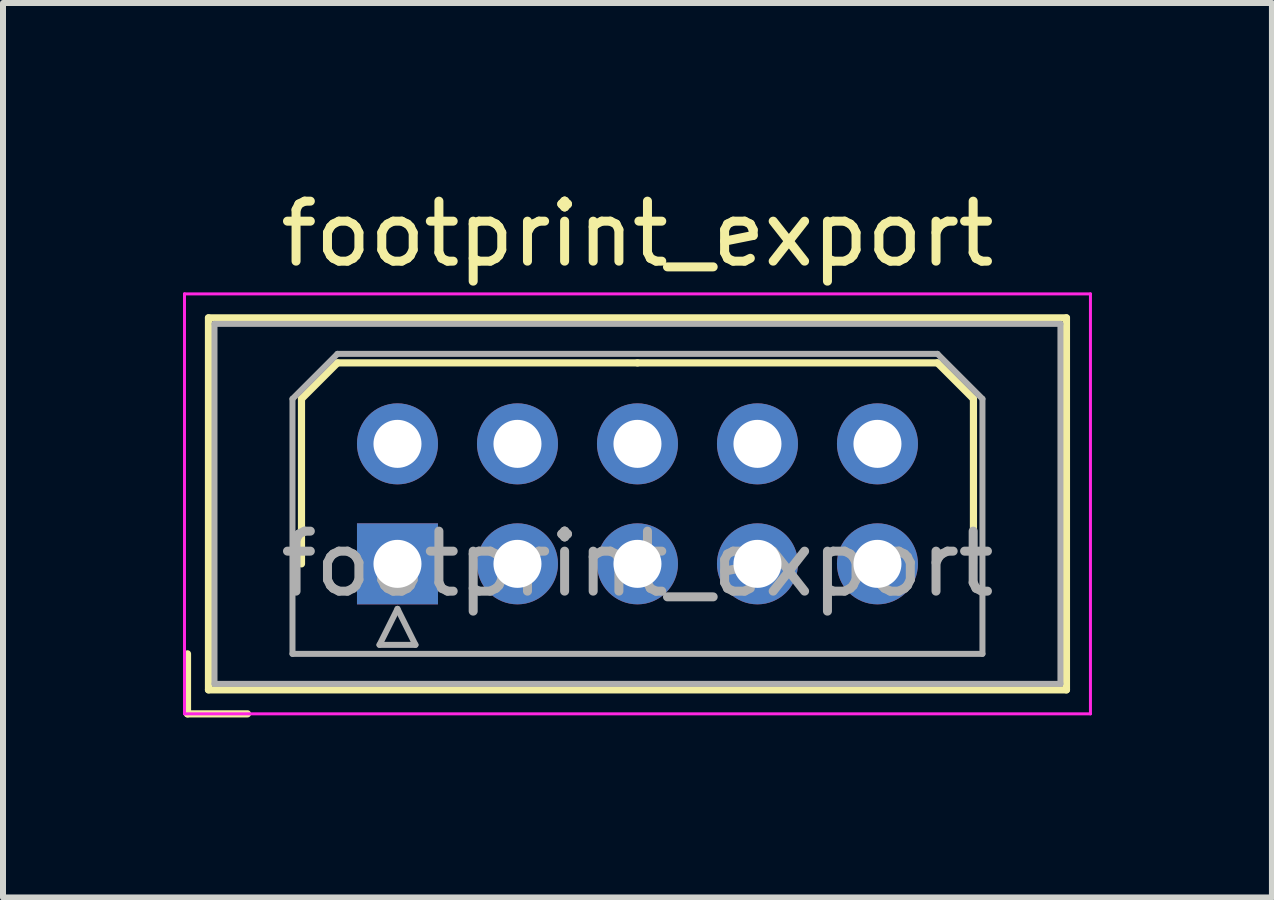
<source format=kicad_pcb>
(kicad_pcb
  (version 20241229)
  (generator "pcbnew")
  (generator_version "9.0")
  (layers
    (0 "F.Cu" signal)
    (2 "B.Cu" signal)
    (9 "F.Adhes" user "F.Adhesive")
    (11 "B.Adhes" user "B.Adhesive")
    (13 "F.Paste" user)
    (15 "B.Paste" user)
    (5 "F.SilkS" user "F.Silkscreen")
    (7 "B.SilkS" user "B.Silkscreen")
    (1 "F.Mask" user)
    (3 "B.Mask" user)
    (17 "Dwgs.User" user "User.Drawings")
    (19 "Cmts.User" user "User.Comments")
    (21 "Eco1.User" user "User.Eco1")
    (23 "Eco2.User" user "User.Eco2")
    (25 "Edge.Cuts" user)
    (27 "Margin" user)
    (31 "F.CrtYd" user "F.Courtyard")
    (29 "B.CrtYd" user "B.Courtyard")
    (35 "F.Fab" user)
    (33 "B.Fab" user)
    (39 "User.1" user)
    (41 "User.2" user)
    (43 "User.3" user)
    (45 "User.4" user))
  (footprint "footprint_export"
    (layer "F.Cu")
    (at 3.575 6.348)
    (property "Reference" "footprint_export" (at 4 -5.5 0) (layer "F.SilkS") (effects (font (size 1 1) (thickness 0.15))))
    (attr through_hole)
    (fp_line (start -3.5 1.5) (end -3.5 2.5) (stroke (width 0.12) (type solid)) (layer "F.SilkS"))
    (fp_line (start -3.5 2.5) (end -2.5 2.5) (stroke (width 0.12) (type solid)) (layer "F.SilkS"))
    (fp_line (start -3.15 -4.1) (end -3.15 2.1) (stroke (width 0.12) (type solid)) (layer "F.SilkS"))
    (fp_line (start -3.15 2.1) (end 11.15 2.1) (stroke (width 0.12) (type solid)) (layer "F.SilkS"))
    (fp_line (start -1.6 -2.75) (end -1 -3.35) (stroke (width 0.12) (type solid)) (layer "F.SilkS"))
    (fp_line (start -1.6 0) (end -1.6 -2.75) (stroke (width 0.12) (type solid)) (layer "F.SilkS"))
    (fp_line (start -1 -3.35) (end 4 -3.35) (stroke (width 0.12) (type solid)) (layer "F.SilkS"))
    (fp_line (start 9 -3.35) (end 4 -3.35) (stroke (width 0.12) (type solid)) (layer "F.SilkS"))
    (fp_line (start 9.6 -2.75) (end 9 -3.35) (stroke (width 0.12) (type solid)) (layer "F.SilkS"))
    (fp_line (start 9.6 0) (end 9.6 -2.75) (stroke (width 0.12) (type solid)) (layer "F.SilkS"))
    (fp_line (start 11.15 -4.1) (end -3.15 -4.1) (stroke (width 0.12) (type solid)) (layer "F.SilkS"))
    (fp_line (start 11.15 2.1) (end 11.15 -4.1) (stroke (width 0.12) (type solid)) (layer "F.SilkS"))
    (fp_line (start -3.55 -4.5) (end -3.55 2.5) (stroke (width 0.05) (type solid)) (layer "F.CrtYd"))
    (fp_line (start -3.55 2.5) (end 11.55 2.5) (stroke (width 0.05) (type solid)) (layer "F.CrtYd"))
    (fp_line (start 11.55 -4.5) (end -3.55 -4.5) (stroke (width 0.05) (type solid)) (layer "F.CrtYd"))
    (fp_line (start 11.55 2.5) (end 11.55 -4.5) (stroke (width 0.05) (type solid)) (layer "F.CrtYd"))
    (fp_line (start -3.05 -4) (end -3.05 2) (stroke (width 0.1) (type solid)) (layer "F.Fab"))
    (fp_line (start -3.05 2) (end 11.05 2) (stroke (width 0.1) (type solid)) (layer "F.Fab"))
    (fp_line (start -1.75 -2.75) (end -1 -3.5) (stroke (width 0.1) (type solid)) (layer "F.Fab"))
    (fp_line (start -1.75 1.5) (end -1.75 -2.75) (stroke (width 0.1) (type solid)) (layer "F.Fab"))
    (fp_line (start -1 -3.5) (end 9 -3.5) (stroke (width 0.1) (type solid)) (layer "F.Fab"))
    (fp_line (start -0.3 1.35) (end 0.3 1.35) (stroke (width 0.1) (type solid)) (layer "F.Fab"))
    (fp_line (start 0 0.75) (end -0.3 1.35) (stroke (width 0.1) (type solid)) (layer "F.Fab"))
    (fp_line (start 0.3 1.35) (end 0 0.75) (stroke (width 0.1) (type solid)) (layer "F.Fab"))
    (fp_line (start 9 -3.5) (end 9.75 -2.75) (stroke (width 0.1) (type solid)) (layer "F.Fab"))
    (fp_line (start 9.75 -2.75) (end 9.75 1.5) (stroke (width 0.1) (type solid)) (layer "F.Fab"))
    (fp_line (start 9.75 1.5) (end -1.75 1.5) (stroke (width 0.1) (type solid)) (layer "F.Fab"))
    (fp_line (start 11.05 -4) (end -3.05 -4) (stroke (width 0.1) (type solid)) (layer "F.Fab"))
    (fp_line (start 11.05 2) (end 11.05 -4) (stroke (width 0.1) (type solid)) (layer "F.Fab"))
    (fp_text user "${REFERENCE}" (at 4 0 0) (layer "F.Fab") (effects (font (size 1 1) (thickness 0.15))))
    (pad "1" thru_hole rect (at 0 0) (size 1.35 1.35) (drill 0.8) (layers "*.Cu" "*.Mask"))
    (pad "2" thru_hole circle (at 0 -2) (size 1.35 1.35) (drill 0.8) (layers "*.Cu" "*.Mask"))
    (pad "3" thru_hole circle (at 2 0) (size 1.35 1.35) (drill 0.8) (layers "*.Cu" "*.Mask"))
    (pad "4" thru_hole circle (at 2 -2) (size 1.35 1.35) (drill 0.8) (layers "*.Cu" "*.Mask"))
    (pad "5" thru_hole circle (at 4 0) (size 1.35 1.35) (drill 0.8) (layers "*.Cu" "*.Mask"))
    (pad "6" thru_hole circle (at 4 -2) (size 1.35 1.35) (drill 0.8) (layers "*.Cu" "*.Mask"))
    (pad "7" thru_hole circle (at 6 0) (size 1.35 1.35) (drill 0.8) (layers "*.Cu" "*.Mask"))
    (pad "8" thru_hole circle (at 6 -2) (size 1.35 1.35) (drill 0.8) (layers "*.Cu" "*.Mask"))
    (pad "9" thru_hole circle (at 8 0) (size 1.35 1.35) (drill 0.8) (layers "*.Cu" "*.Mask"))
    (pad "10" thru_hole circle (at 8 -2) (size 1.35 1.35) (drill 0.8) (layers "*.Cu" "*.Mask")))
  (gr_rect
    (start -3 -3)
    (end 18.15 11.908)
    (stroke (width 0.1) (type default))
    (fill no)
    (layer "Edge.Cuts")))
</source>
